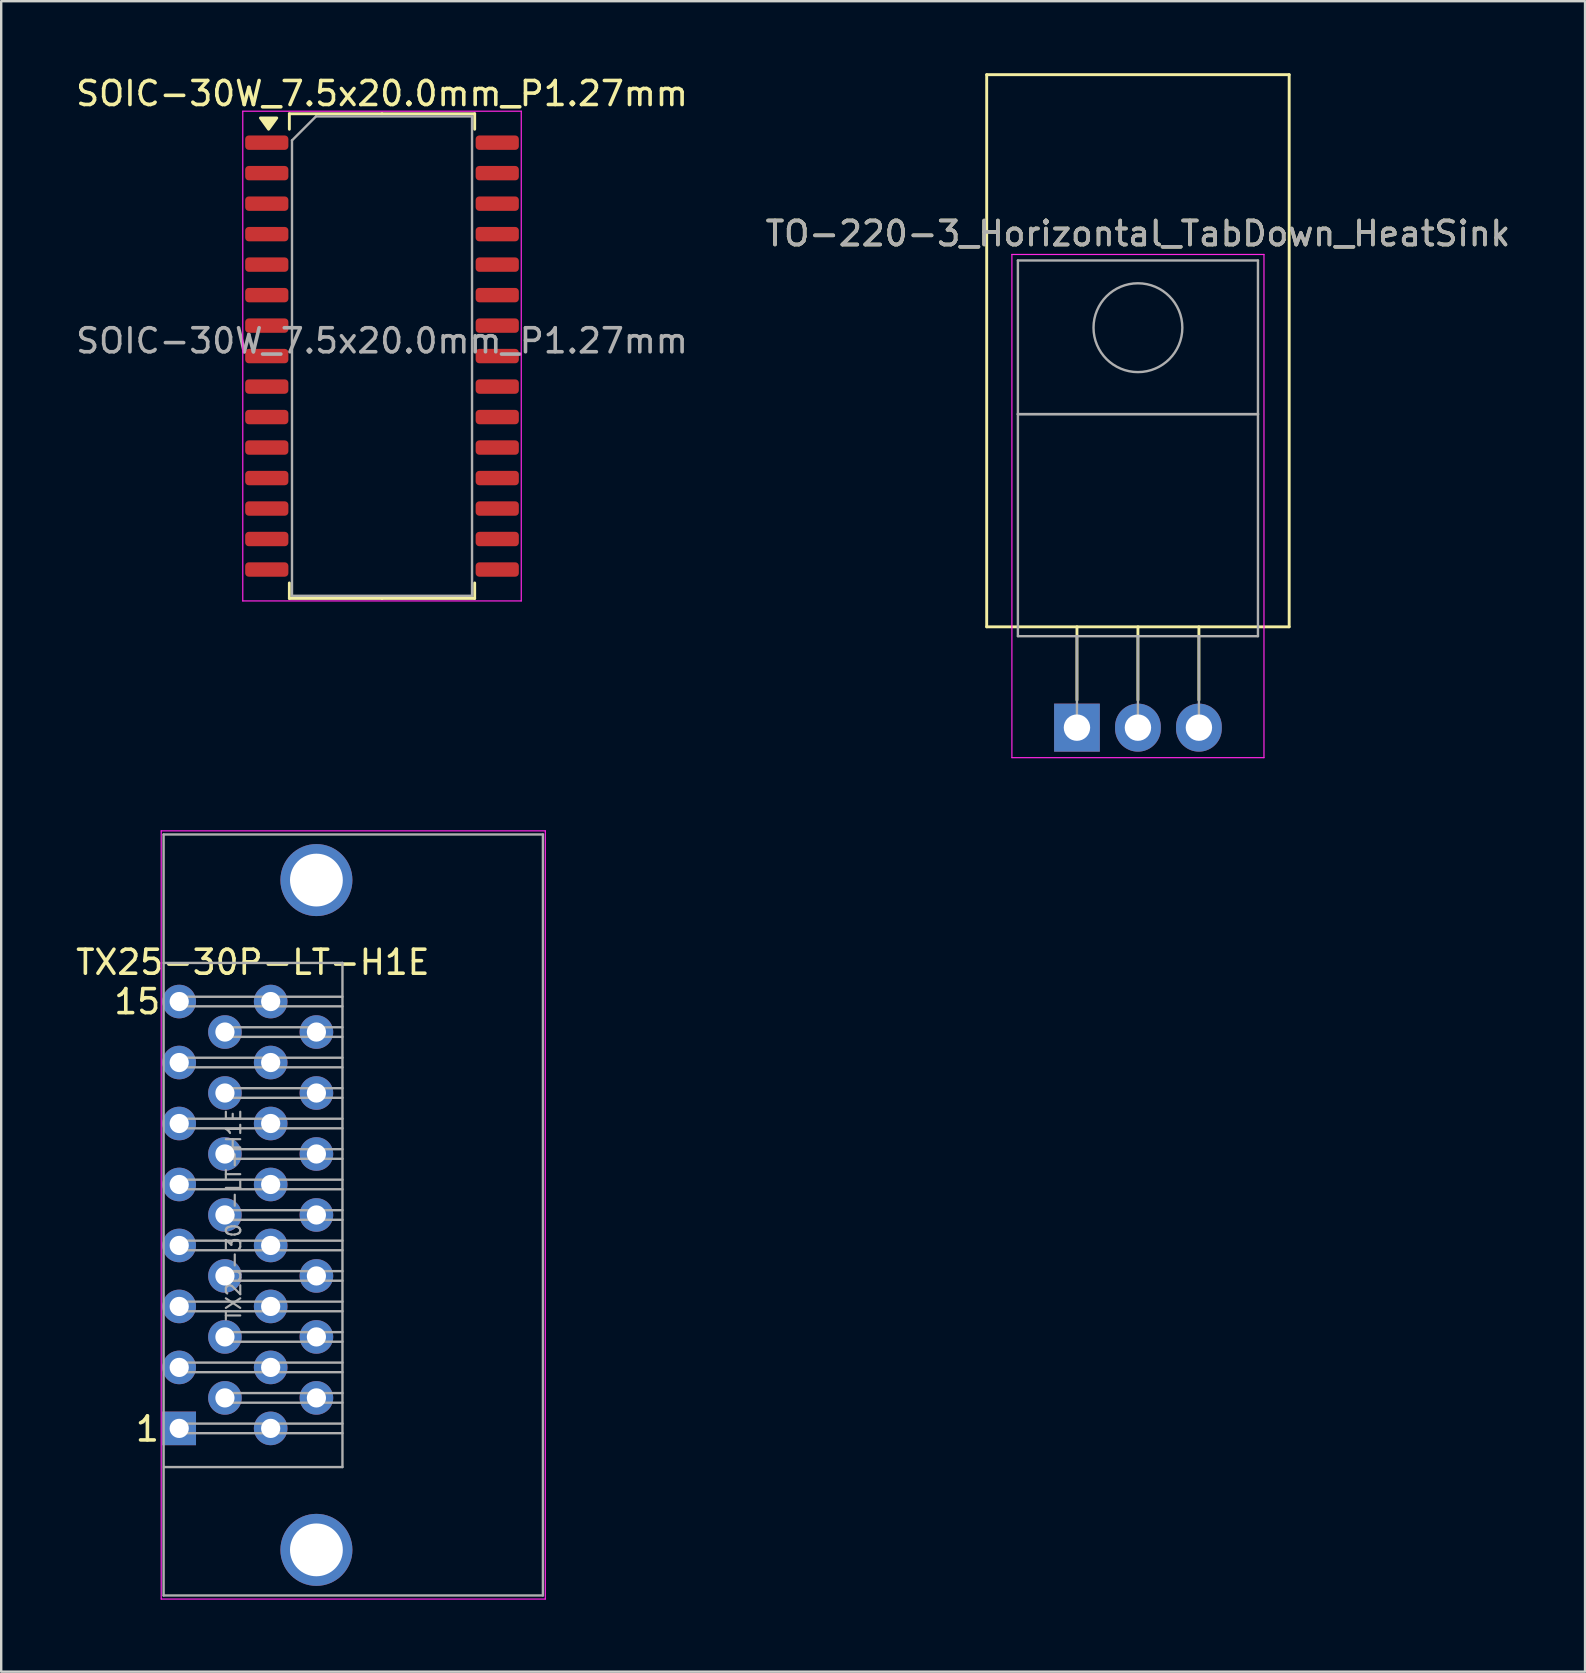
<source format=kicad_pcb>
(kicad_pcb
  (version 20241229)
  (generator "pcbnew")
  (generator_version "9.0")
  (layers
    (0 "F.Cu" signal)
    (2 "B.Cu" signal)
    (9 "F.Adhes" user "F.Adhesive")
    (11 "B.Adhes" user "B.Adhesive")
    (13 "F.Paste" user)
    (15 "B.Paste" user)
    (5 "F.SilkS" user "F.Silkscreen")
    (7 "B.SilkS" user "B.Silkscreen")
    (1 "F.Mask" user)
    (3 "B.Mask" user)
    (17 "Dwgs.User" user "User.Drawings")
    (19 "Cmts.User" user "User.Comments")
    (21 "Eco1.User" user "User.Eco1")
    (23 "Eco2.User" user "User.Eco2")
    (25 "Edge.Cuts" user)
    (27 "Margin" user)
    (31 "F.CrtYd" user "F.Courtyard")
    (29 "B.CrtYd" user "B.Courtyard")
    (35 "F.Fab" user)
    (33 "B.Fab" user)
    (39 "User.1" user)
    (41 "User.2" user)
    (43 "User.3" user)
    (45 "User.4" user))
  (footprint "TO-220-3_Horizontal_TabDown_HeatSink"
    (layer "F.Cu")
    (at 41.811 27.26)
    (property "Reference" "TO-220-3_Horizontal_TabDown_HeatSink" (at 2.54 -20.58 0) (layer "F.SilkS") (effects (font (size 1 1) (thickness 0.15))))
    (attr through_hole)
    (fp_line (start -3.76 -27.2) (end -3.76 -4.2) (stroke (width 0.12) (type solid)) (layer "F.SilkS"))
    (fp_line (start -3.76 -27.2) (end 8.84 -27.2) (stroke (width 0.12) (type solid)) (layer "F.SilkS"))
    (fp_line (start -3.76 -4.2) (end 8.84 -4.2) (stroke (width 0.12) (type solid)) (layer "F.SilkS"))
    (fp_line (start 0 -4.2) (end 0 -1.15) (stroke (width 0.12) (type solid)) (layer "F.SilkS"))
    (fp_line (start 2.54 -4.2) (end 2.54 -1.15) (stroke (width 0.12) (type solid)) (layer "F.SilkS"))
    (fp_line (start 5.08 -4.2) (end 5.08 -1.15) (stroke (width 0.12) (type solid)) (layer "F.SilkS"))
    (fp_line (start 8.84 -27.2) (end 8.84 -4.2) (stroke (width 0.12) (type solid)) (layer "F.SilkS"))
    (fp_line (start -2.71 -19.71) (end -2.71 1.25) (stroke (width 0.05) (type solid)) (layer "F.CrtYd"))
    (fp_line (start -2.71 1.25) (end 7.79 1.25) (stroke (width 0.05) (type solid)) (layer "F.CrtYd"))
    (fp_line (start 7.79 -19.71) (end -2.71 -19.71) (stroke (width 0.05) (type solid)) (layer "F.CrtYd"))
    (fp_line (start 7.79 1.25) (end 7.79 -19.71) (stroke (width 0.05) (type solid)) (layer "F.CrtYd"))
    (fp_line (start -2.46 -19.46) (end 7.54 -19.46) (stroke (width 0.1) (type solid)) (layer "F.Fab"))
    (fp_line (start -2.46 -13.06) (end -2.46 -19.46) (stroke (width 0.1) (type solid)) (layer "F.Fab"))
    (fp_line (start -2.46 -13.06) (end 7.54 -13.06) (stroke (width 0.1) (type solid)) (layer "F.Fab"))
    (fp_line (start -2.46 -3.81) (end -2.46 -13.06) (stroke (width 0.1) (type solid)) (layer "F.Fab"))
    (fp_line (start 0 -3.81) (end 0 0) (stroke (width 0.1) (type solid)) (layer "F.Fab"))
    (fp_line (start 2.54 -3.81) (end 2.54 0) (stroke (width 0.1) (type solid)) (layer "F.Fab"))
    (fp_line (start 5.08 -3.81) (end 5.08 0) (stroke (width 0.1) (type solid)) (layer "F.Fab"))
    (fp_line (start 7.54 -19.46) (end 7.54 -13.06) (stroke (width 0.1) (type solid)) (layer "F.Fab"))
    (fp_line (start 7.54 -13.06) (end -2.46 -13.06) (stroke (width 0.1) (type solid)) (layer "F.Fab"))
    (fp_line (start 7.54 -13.06) (end 7.54 -3.81) (stroke (width 0.1) (type solid)) (layer "F.Fab"))
    (fp_line (start 7.54 -3.81) (end -2.46 -3.81) (stroke (width 0.1) (type solid)) (layer "F.Fab"))
    (fp_circle (center 2.54 -16.66) (end 4.39 -16.66) (stroke (width 0.1) (type solid)) (fill no) (layer "F.Fab"))
    (fp_text user "${REFERENCE}" (at 2.54 -20.58 0) (layer "F.Fab") (effects (font (size 1 1) (thickness 0.15))))
    (pad "1" thru_hole rect (at 0 0) (size 1.905 2) (drill 1.1) (layers "*.Cu" "*.Mask"))
    (pad "2" thru_hole oval (at 2.54 0) (size 1.905 2) (drill 1.1) (layers "*.Cu" "*.Mask"))
    (pad "3" thru_hole oval (at 5.08 0) (size 1.905 2) (drill 1.1) (layers "*.Cu" "*.Mask")))
  (footprint "TX25-30P-LT-H1E"
    (layer "F.Cu")
    (at 4.415 47.56)
    (property "Reference" "TX25-30P-LT-H1E" (at 3.067 -10.525 0) (layer "F.SilkS") (effects (font (size 1 1) (thickness 0.15))))
    (attr through_hole)
    (fp_line (start -0.75 -16) (end -0.75 16) (stroke (width 0.05) (type solid)) (layer "F.CrtYd"))
    (fp_line (start -0.75 16) (end 15.25 16) (stroke (width 0.05) (type solid)) (layer "F.CrtYd"))
    (fp_line (start 15.25 -16) (end -0.75 -16) (stroke (width 0.05) (type solid)) (layer "F.CrtYd"))
    (fp_line (start 15.25 16) (end 15.25 -16) (stroke (width 0.05) (type solid)) (layer "F.CrtYd"))
    (fp_line (start -0.65 -15.85) (end -0.65 15.85) (stroke (width 0.1) (type solid)) (layer "F.Fab"))
    (fp_line (start -0.65 -15.85) (end 15.15 -15.85) (stroke (width 0.1) (type solid)) (layer "F.Fab"))
    (fp_line (start -0.65 15.85) (end 15.15 15.85) (stroke (width 0.1) (type solid)) (layer "F.Fab"))
    (fp_line (start 0 -8.69) (end 0 -9.09) (stroke (width 0.1) (type solid)) (layer "F.Fab"))
    (fp_line (start 0 -6.15) (end 0 -6.55) (stroke (width 0.1) (type solid)) (layer "F.Fab"))
    (fp_line (start 0 -3.61) (end 0 -4.01) (stroke (width 0.1) (type solid)) (layer "F.Fab"))
    (fp_line (start 0 -1.07) (end 0 -1.47) (stroke (width 0.1) (type solid)) (layer "F.Fab"))
    (fp_line (start 0 1.47) (end 0 1.07) (stroke (width 0.1) (type solid)) (layer "F.Fab"))
    (fp_line (start 0 4.01) (end 0 3.61) (stroke (width 0.1) (type solid)) (layer "F.Fab"))
    (fp_line (start 0 6.55) (end 0 6.15) (stroke (width 0.1) (type solid)) (layer "F.Fab"))
    (fp_line (start 0 9.09) (end 0 8.69) (stroke (width 0.1) (type solid)) (layer "F.Fab"))
    (fp_line (start 1.9 -7.42) (end 1.9 -7.82) (stroke (width 0.1) (type solid)) (layer "F.Fab"))
    (fp_line (start 1.9 -4.88) (end 1.9 -5.28) (stroke (width 0.1) (type solid)) (layer "F.Fab"))
    (fp_line (start 1.9 -2.34) (end 1.9 -2.74) (stroke (width 0.1) (type solid)) (layer "F.Fab"))
    (fp_line (start 1.9 0.2) (end 1.9 -0.2) (stroke (width 0.1) (type solid)) (layer "F.Fab"))
    (fp_line (start 1.9 2.74) (end 1.9 2.34) (stroke (width 0.1) (type solid)) (layer "F.Fab"))
    (fp_line (start 1.9 5.28) (end 1.9 4.88) (stroke (width 0.1) (type solid)) (layer "F.Fab"))
    (fp_line (start 1.9 7.82) (end 1.9 7.42) (stroke (width 0.1) (type solid)) (layer "F.Fab"))
    (fp_line (start 6.8 -10.5) (end -0.65 -10.5) (stroke (width 0.1) (type solid)) (layer "F.Fab"))
    (fp_line (start 6.8 -10.5) (end 6.8 10.5) (stroke (width 0.1) (type solid)) (layer "F.Fab"))
    (fp_line (start 6.8 -9.09) (end 0 -9.09) (stroke (width 0.1) (type solid)) (layer "F.Fab"))
    (fp_line (start 6.8 -8.69) (end 0 -8.69) (stroke (width 0.1) (type solid)) (layer "F.Fab"))
    (fp_line (start 6.8 -7.82) (end 1.9 -7.82) (stroke (width 0.1) (type solid)) (layer "F.Fab"))
    (fp_line (start 6.8 -7.42) (end 1.9 -7.42) (stroke (width 0.1) (type solid)) (layer "F.Fab"))
    (fp_line (start 6.8 -6.55) (end 0 -6.55) (stroke (width 0.1) (type solid)) (layer "F.Fab"))
    (fp_line (start 6.8 -6.15) (end 0 -6.15) (stroke (width 0.1) (type solid)) (layer "F.Fab"))
    (fp_line (start 6.8 -5.28) (end 1.9 -5.28) (stroke (width 0.1) (type solid)) (layer "F.Fab"))
    (fp_line (start 6.8 -4.88) (end 1.9 -4.88) (stroke (width 0.1) (type solid)) (layer "F.Fab"))
    (fp_line (start 6.8 -4.01) (end 0 -4.01) (stroke (width 0.1) (type solid)) (layer "F.Fab"))
    (fp_line (start 6.8 -3.61) (end 0 -3.61) (stroke (width 0.1) (type solid)) (layer "F.Fab"))
    (fp_line (start 6.8 -2.74) (end 1.9 -2.74) (stroke (width 0.1) (type solid)) (layer "F.Fab"))
    (fp_line (start 6.8 -2.34) (end 1.9 -2.34) (stroke (width 0.1) (type solid)) (layer "F.Fab"))
    (fp_line (start 6.8 -1.47) (end 0 -1.47) (stroke (width 0.1) (type solid)) (layer "F.Fab"))
    (fp_line (start 6.8 -1.07) (end 0 -1.07) (stroke (width 0.1) (type solid)) (layer "F.Fab"))
    (fp_line (start 6.8 -0.2) (end 1.9 -0.2) (stroke (width 0.1) (type solid)) (layer "F.Fab"))
    (fp_line (start 6.8 0.2) (end 1.9 0.2) (stroke (width 0.1) (type solid)) (layer "F.Fab"))
    (fp_line (start 6.8 1.07) (end 0 1.07) (stroke (width 0.1) (type solid)) (layer "F.Fab"))
    (fp_line (start 6.8 1.47) (end 0 1.47) (stroke (width 0.1) (type solid)) (layer "F.Fab"))
    (fp_line (start 6.8 2.34) (end 1.9 2.34) (stroke (width 0.1) (type solid)) (layer "F.Fab"))
    (fp_line (start 6.8 2.74) (end 1.9 2.74) (stroke (width 0.1) (type solid)) (layer "F.Fab"))
    (fp_line (start 6.8 3.61) (end 0 3.61) (stroke (width 0.1) (type solid)) (layer "F.Fab"))
    (fp_line (start 6.8 4.01) (end 0 4.01) (stroke (width 0.1) (type solid)) (layer "F.Fab"))
    (fp_line (start 6.8 4.88) (end 1.9 4.88) (stroke (width 0.1) (type solid)) (layer "F.Fab"))
    (fp_line (start 6.8 5.28) (end 1.9 5.28) (stroke (width 0.1) (type solid)) (layer "F.Fab"))
    (fp_line (start 6.8 6.15) (end 0 6.15) (stroke (width 0.1) (type solid)) (layer "F.Fab"))
    (fp_line (start 6.8 6.55) (end 0 6.55) (stroke (width 0.1) (type solid)) (layer "F.Fab"))
    (fp_line (start 6.8 7.42) (end 1.9 7.42) (stroke (width 0.1) (type solid)) (layer "F.Fab"))
    (fp_line (start 6.8 7.82) (end 1.9 7.82) (stroke (width 0.1) (type solid)) (layer "F.Fab"))
    (fp_line (start 6.8 8.69) (end 0 8.69) (stroke (width 0.1) (type solid)) (layer "F.Fab"))
    (fp_line (start 6.8 9.09) (end 0 9.09) (stroke (width 0.1) (type solid)) (layer "F.Fab"))
    (fp_line (start 6.8 10.5) (end -0.635 10.5) (stroke (width 0.1) (type solid)) (layer "F.Fab"))
    (fp_line (start 15.15 -15.85) (end 15.15 15.85) (stroke (width 0.1) (type solid)) (layer "F.Fab"))
    (fp_text user "1" (at -1.9 9.5 0) (unlocked yes) (layer "F.SilkS") (effects (font (size 1 1) (thickness 0.15)) (justify left bottom)))
    (fp_text user "15" (at -2.8 -8.3 0) (unlocked yes) (layer "F.SilkS") (effects (font (size 1 1) (thickness 0.15)) (justify left bottom)))
    (fp_text user "${REFERENCE}" (at 2.27 0 90) (layer "F.Fab") (effects (font (size 0.6 0.6) (thickness 0.09))))
    (pad "A1" thru_hole rect (at 0 8.89 180) (size 1.4 1.4) (drill 0.8) (layers "*.Cu" "*.Mask"))
    (pad "A2" thru_hole circle (at 1.905 7.62 180) (size 1.4 1.4) (drill 0.8) (layers "*.Cu" "*.Mask"))
    (pad "A3" thru_hole circle (at 0 6.35 180) (size 1.4 1.4) (drill 0.8) (layers "*.Cu" "*.Mask"))
    (pad "A4" thru_hole circle (at 1.905 5.08 180) (size 1.4 1.4) (drill 0.8) (layers "*.Cu" "*.Mask"))
    (pad "A5" thru_hole circle (at 0 3.81 180) (size 1.4 1.4) (drill 0.8) (layers "*.Cu" "*.Mask"))
    (pad "A6" thru_hole circle (at 1.905 2.54 180) (size 1.4 1.4) (drill 0.8) (layers "*.Cu" "*.Mask"))
    (pad "A7" thru_hole circle (at 0 1.27 180) (size 1.4 1.4) (drill 0.8) (layers "*.Cu" "*.Mask"))
    (pad "A8" thru_hole circle (at 1.905 0 180) (size 1.4 1.4) (drill 0.8) (layers "*.Cu" "*.Mask"))
    (pad "A9" thru_hole circle (at 0 -1.27 180) (size 1.4 1.4) (drill 0.8) (layers "*.Cu" "*.Mask"))
    (pad "A10" thru_hole circle (at 1.905 -2.54 180) (size 1.4 1.4) (drill 0.8) (layers "*.Cu" "*.Mask"))
    (pad "A11" thru_hole circle (at 0 -3.81 180) (size 1.4 1.4) (drill 0.8) (layers "*.Cu" "*.Mask"))
    (pad "A12" thru_hole circle (at 1.905 -5.08 180) (size 1.4 1.4) (drill 0.8) (layers "*.Cu" "*.Mask"))
    (pad "A13" thru_hole circle (at 0 -6.35 180) (size 1.4 1.4) (drill 0.8) (layers "*.Cu" "*.Mask"))
    (pad "A14" thru_hole circle (at 1.905 -7.62 180) (size 1.4 1.4) (drill 0.8) (layers "*.Cu" "*.Mask"))
    (pad "A15" thru_hole circle (at 0 -8.89 180) (size 1.4 1.4) (drill 0.8) (layers "*.Cu" "*.Mask"))
    (pad "B1" thru_hole circle (at 3.81 8.89 180) (size 1.4 1.4) (drill 0.8) (layers "*.Cu" "*.Mask"))
    (pad "B2" thru_hole circle (at 5.715 7.62 180) (size 1.4 1.4) (drill 0.8) (layers "*.Cu" "*.Mask"))
    (pad "B3" thru_hole circle (at 3.81 6.35 180) (size 1.4 1.4) (drill 0.8) (layers "*.Cu" "*.Mask"))
    (pad "B4" thru_hole circle (at 5.715 5.08 180) (size 1.4 1.4) (drill 0.8) (layers "*.Cu" "*.Mask"))
    (pad "B5" thru_hole circle (at 3.81 3.81 180) (size 1.4 1.4) (drill 0.8) (layers "*.Cu" "*.Mask"))
    (pad "B6" thru_hole circle (at 5.715 2.54 180) (size 1.4 1.4) (drill 0.8) (layers "*.Cu" "*.Mask"))
    (pad "B7" thru_hole circle (at 3.81 1.27 180) (size 1.4 1.4) (drill 0.8) (layers "*.Cu" "*.Mask"))
    (pad "B8" thru_hole circle (at 5.715 0 180) (size 1.4 1.4) (drill 0.8) (layers "*.Cu" "*.Mask"))
    (pad "B9" thru_hole circle (at 3.81 -1.27 180) (size 1.4 1.4) (drill 0.8) (layers "*.Cu" "*.Mask"))
    (pad "B10" thru_hole circle (at 5.715 -2.54 180) (size 1.4 1.4) (drill 0.8) (layers "*.Cu" "*.Mask"))
    (pad "B11" thru_hole circle (at 3.81 -3.81 180) (size 1.4 1.4) (drill 0.8) (layers "*.Cu" "*.Mask"))
    (pad "B12" thru_hole circle (at 5.715 -5.08 180) (size 1.4 1.4) (drill 0.8) (layers "*.Cu" "*.Mask"))
    (pad "B13" thru_hole circle (at 3.81 -6.35 180) (size 1.4 1.4) (drill 0.8) (layers "*.Cu" "*.Mask"))
    (pad "B14" thru_hole circle (at 5.715 -7.62 180) (size 1.4 1.4) (drill 0.8) (layers "*.Cu" "*.Mask"))
    (pad "B15" thru_hole circle (at 3.81 -8.89 180) (size 1.4 1.4) (drill 0.8) (layers "*.Cu" "*.Mask"))
    (pad "MH" thru_hole circle (at 5.715 -13.95) (size 3 3) (drill 2.2) (layers "*.Cu" "*.Mask"))
    (pad "MH" thru_hole circle (at 5.715 13.95) (size 3 3) (drill 2.2) (layers "*.Cu" "*.Mask")))
  (footprint "SOIC-30W_7.5x20.0mm_P1.27mm"
    (layer "F.Cu")
    (at 12.863 11.783)
    (property "Reference" "SOIC-30W_7.5x20.0mm_P1.27mm" (at 0 -10.935 0) (layer "F.SilkS") (effects (font (size 1 1) (thickness 0.15))))
    (attr smd)
    (fp_line (start -3.86 -10.095) (end -3.86 -9.45) (stroke (width 0.12) (type solid)) (layer "F.SilkS"))
    (fp_line (start -3.86 10.095) (end -3.86 9.45) (stroke (width 0.12) (type solid)) (layer "F.SilkS"))
    (fp_line (start 0 -10.095) (end -3.86 -10.095) (stroke (width 0.12) (type solid)) (layer "F.SilkS"))
    (fp_line (start 0 -10.095) (end 3.86 -10.095) (stroke (width 0.12) (type solid)) (layer "F.SilkS"))
    (fp_line (start 0 10.095) (end -3.86 10.095) (stroke (width 0.12) (type solid)) (layer "F.SilkS"))
    (fp_line (start 0 10.095) (end 3.86 10.095) (stroke (width 0.12) (type solid)) (layer "F.SilkS"))
    (fp_line (start 3.86 -10.095) (end 3.86 -9.45) (stroke (width 0.12) (type solid)) (layer "F.SilkS"))
    (fp_line (start 3.86 10.095) (end 3.86 9.45) (stroke (width 0.12) (type solid)) (layer "F.SilkS"))
    (fp_poly (pts (xy -4.725 -9.45) (xy -5.065 -9.92) (xy -4.385 -9.92) (xy -4.725 -9.45)) (stroke (width 0.12) (type solid)) (fill yes) (layer "F.SilkS"))
    (fp_line (start -5.8 -10.2) (end -5.8 10.2) (stroke (width 0.05) (type solid)) (layer "F.CrtYd"))
    (fp_line (start -5.8 10.2) (end 5.8 10.2) (stroke (width 0.05) (type solid)) (layer "F.CrtYd"))
    (fp_line (start 5.8 -10.2) (end -5.8 -10.2) (stroke (width 0.05) (type solid)) (layer "F.CrtYd"))
    (fp_line (start 5.8 10.2) (end 5.8 -10.2) (stroke (width 0.05) (type solid)) (layer "F.CrtYd"))
    (fp_line (start -3.75 -8.985) (end -2.75 -9.985) (stroke (width 0.1) (type solid)) (layer "F.Fab"))
    (fp_line (start -3.75 9.985) (end -3.75 -8.985) (stroke (width 0.1) (type solid)) (layer "F.Fab"))
    (fp_line (start -2.75 -9.985) (end 3.75 -9.985) (stroke (width 0.1) (type solid)) (layer "F.Fab"))
    (fp_line (start 3.75 -9.985) (end 3.75 9.985) (stroke (width 0.1) (type solid)) (layer "F.Fab"))
    (fp_line (start 3.75 9.985) (end -3.75 9.985) (stroke (width 0.1) (type solid)) (layer "F.Fab"))
    (fp_text user "${REFERENCE}" (at 0 -0.635 0) (layer "F.Fab") (effects (font (size 1 1) (thickness 0.15))))
    (pad "1" smd roundrect (at -4.8 -8.89) (size 1.8 0.6) (layers "F.Cu" "F.Mask" "F.Paste") (roundrect_rratio 0.25))
    (pad "2" smd roundrect (at -4.8 -7.62) (size 1.8 0.6) (layers "F.Cu" "F.Mask" "F.Paste") (roundrect_rratio 0.25))
    (pad "3" smd roundrect (at -4.8 -6.35) (size 1.8 0.6) (layers "F.Cu" "F.Mask" "F.Paste") (roundrect_rratio 0.25))
    (pad "4" smd roundrect (at -4.8 -5.08) (size 1.8 0.6) (layers "F.Cu" "F.Mask" "F.Paste") (roundrect_rratio 0.25))
    (pad "5" smd roundrect (at -4.8 -3.81) (size 1.8 0.6) (layers "F.Cu" "F.Mask" "F.Paste") (roundrect_rratio 0.25))
    (pad "6" smd roundrect (at -4.8 -2.54) (size 1.8 0.6) (layers "F.Cu" "F.Mask" "F.Paste") (roundrect_rratio 0.25))
    (pad "7" smd roundrect (at -4.8 -1.27) (size 1.8 0.6) (layers "F.Cu" "F.Mask" "F.Paste") (roundrect_rratio 0.25))
    (pad "8" smd roundrect (at -4.8 0) (size 1.8 0.6) (layers "F.Cu" "F.Mask" "F.Paste") (roundrect_rratio 0.25))
    (pad "9" smd roundrect (at -4.8 1.27) (size 1.8 0.6) (layers "F.Cu" "F.Mask" "F.Paste") (roundrect_rratio 0.25))
    (pad "10" smd roundrect (at -4.8 2.54) (size 1.8 0.6) (layers "F.Cu" "F.Mask" "F.Paste") (roundrect_rratio 0.25))
    (pad "11" smd roundrect (at -4.8 3.81) (size 1.8 0.6) (layers "F.Cu" "F.Mask" "F.Paste") (roundrect_rratio 0.25))
    (pad "12" smd roundrect (at -4.8 5.08) (size 1.8 0.6) (layers "F.Cu" "F.Mask" "F.Paste") (roundrect_rratio 0.25))
    (pad "13" smd roundrect (at -4.8 6.35) (size 1.8 0.6) (layers "F.Cu" "F.Mask" "F.Paste") (roundrect_rratio 0.25))
    (pad "14" smd roundrect (at -4.8 7.62) (size 1.8 0.6) (layers "F.Cu" "F.Mask" "F.Paste") (roundrect_rratio 0.25))
    (pad "15" smd roundrect (at -4.8 8.89) (size 1.8 0.6) (layers "F.Cu" "F.Mask" "F.Paste") (roundrect_rratio 0.25))
    (pad "16" smd roundrect (at 4.8 8.89) (size 1.8 0.6) (layers "F.Cu" "F.Mask" "F.Paste") (roundrect_rratio 0.25))
    (pad "17" smd roundrect (at 4.8 7.62) (size 1.8 0.6) (layers "F.Cu" "F.Mask" "F.Paste") (roundrect_rratio 0.25))
    (pad "18" smd roundrect (at 4.8 6.35) (size 1.8 0.6) (layers "F.Cu" "F.Mask" "F.Paste") (roundrect_rratio 0.25))
    (pad "19" smd roundrect (at 4.8 5.08) (size 1.8 0.6) (layers "F.Cu" "F.Mask" "F.Paste") (roundrect_rratio 0.25))
    (pad "20" smd roundrect (at 4.8 3.81) (size 1.8 0.6) (layers "F.Cu" "F.Mask" "F.Paste") (roundrect_rratio 0.25))
    (pad "21" smd roundrect (at 4.8 2.54) (size 1.8 0.6) (layers "F.Cu" "F.Mask" "F.Paste") (roundrect_rratio 0.25))
    (pad "22" smd roundrect (at 4.8 1.27) (size 1.8 0.6) (layers "F.Cu" "F.Mask" "F.Paste") (roundrect_rratio 0.25))
    (pad "23" smd roundrect (at 4.8 0) (size 1.8 0.6) (layers "F.Cu" "F.Mask" "F.Paste") (roundrect_rratio 0.25))
    (pad "24" smd roundrect (at 4.8 -1.27) (size 1.8 0.6) (layers "F.Cu" "F.Mask" "F.Paste") (roundrect_rratio 0.25))
    (pad "25" smd roundrect (at 4.8 -2.54) (size 1.8 0.6) (layers "F.Cu" "F.Mask" "F.Paste") (roundrect_rratio 0.25))
    (pad "26" smd roundrect (at 4.8 -3.81) (size 1.8 0.6) (layers "F.Cu" "F.Mask" "F.Paste") (roundrect_rratio 0.25))
    (pad "27" smd roundrect (at 4.8 -5.08) (size 1.8 0.6) (layers "F.Cu" "F.Mask" "F.Paste") (roundrect_rratio 0.25))
    (pad "28" smd roundrect (at 4.8 -6.35) (size 1.8 0.6) (layers "F.Cu" "F.Mask" "F.Paste") (roundrect_rratio 0.25))
    (pad "29" smd roundrect (at 4.8 -7.62) (size 1.8 0.6) (layers "F.Cu" "F.Mask" "F.Paste") (roundrect_rratio 0.25))
    (pad "30" smd roundrect (at 4.8 -8.89) (size 1.8 0.6) (layers "F.Cu" "F.Mask" "F.Paste") (roundrect_rratio 0.25)))
  (gr_rect
    (start -3 -3)
    (end 62.976 66.585)
    (stroke (width 0.1) (type default))
    (fill no)
    (layer "Edge.Cuts")))
</source>
